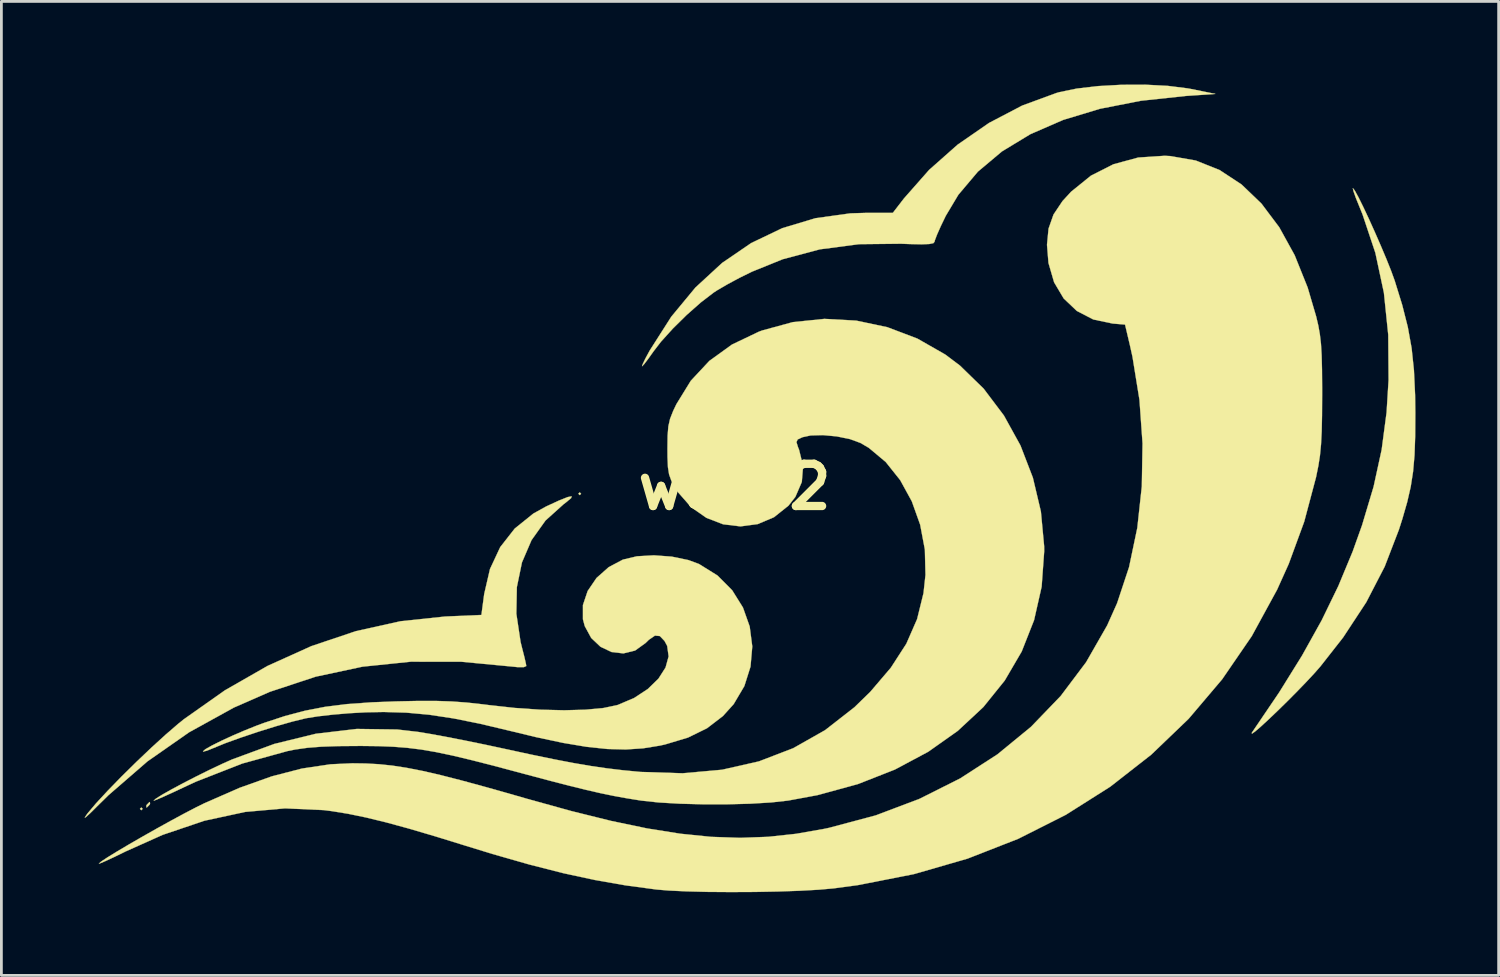
<source format=kicad_pcb>
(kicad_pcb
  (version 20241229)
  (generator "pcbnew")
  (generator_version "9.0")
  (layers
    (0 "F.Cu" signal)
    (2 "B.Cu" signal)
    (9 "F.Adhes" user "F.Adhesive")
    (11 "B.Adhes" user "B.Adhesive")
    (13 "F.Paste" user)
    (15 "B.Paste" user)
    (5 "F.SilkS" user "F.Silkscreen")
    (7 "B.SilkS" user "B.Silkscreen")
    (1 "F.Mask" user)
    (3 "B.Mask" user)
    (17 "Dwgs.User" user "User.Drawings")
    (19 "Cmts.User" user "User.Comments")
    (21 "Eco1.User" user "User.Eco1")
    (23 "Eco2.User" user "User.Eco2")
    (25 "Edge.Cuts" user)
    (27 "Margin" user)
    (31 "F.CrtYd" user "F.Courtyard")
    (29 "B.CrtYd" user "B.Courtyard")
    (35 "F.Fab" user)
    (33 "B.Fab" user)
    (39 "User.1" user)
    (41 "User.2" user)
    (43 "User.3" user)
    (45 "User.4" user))
  (footprint "wave2"
    (layer "F.Cu")
    (at 23.444 14.511)
    (property "Reference" "wave2" (at 0 0 0) (layer "F.SilkS") (effects (font (size 1.524 1.524) (thickness 0.3))))
    (attr through_hole)
    (fp_poly (pts (xy -21.348 11.613) (xy -21.397 11.662) (xy -21.447 11.613) (xy -21.397 11.563) (xy -21.348 11.613)) (stroke (width 0.01) (type solid)) (fill yes) (layer "F.SilkS"))
    (fp_poly (pts (xy -5.535 0.247) (xy -5.584 0.296) (xy -5.633 0.247) (xy -5.584 0.198) (xy -5.535 0.247)) (stroke (width 0.01) (type solid)) (fill yes) (layer "F.SilkS"))
    (fp_poly (pts (xy -21.082 11.43) (xy -21.101 11.465) (xy -21.194 11.559) (xy -21.211 11.563) (xy -21.218 11.5) (xy -21.2 11.465) (xy -21.106 11.37) (xy -21.089 11.366) (xy -21.082 11.43)) (stroke (width 0.01) (type solid)) (fill yes) (layer "F.SilkS"))
    (fp_poly (pts (xy -5.896 0.405) (xy -6.086 0.565) (xy -6.163 0.622) (xy -6.819 1.213) (xy -7.322 1.918) (xy -7.668 2.724) (xy -7.852 3.615) (xy -7.87 4.576) (xy -7.718 5.592) (xy -7.659 5.831) (xy -7.579 6.143) (xy -7.526 6.378) (xy -7.512 6.462) (xy -7.599 6.501) (xy -7.821 6.502) (xy -7.981 6.485) (xy -9.867 6.306) (xy -11.676 6.305) (xy -13.42 6.485) (xy -15.111 6.846) (xy -16.761 7.391) (xy -18.06 7.96) (xy -19.672 8.85) (xy -21.174 9.899) (xy -22.579 11.117) (xy -22.928 11.46) (xy -23.229 11.758) (xy -23.398 11.913) (xy -23.439 11.927) (xy -23.354 11.801) (xy -23.323 11.761) (xy -23.024 11.407) (xy -22.609 10.959) (xy -22.116 10.452) (xy -21.578 9.922) (xy -21.032 9.403) (xy -20.513 8.93) (xy -20.057 8.537) (xy -19.862 8.38) (xy -18.382 7.337) (xy -16.842 6.456) (xy -15.261 5.742) (xy -13.656 5.203) (xy -12.044 4.845) (xy -10.443 4.676) (xy -10.422 4.675) (xy -9.131 4.619) (xy -9.03 3.863) (xy -8.821 2.961) (xy -8.452 2.172) (xy -7.929 1.503) (xy -7.256 0.961) (xy -6.794 0.705) (xy -6.327 0.49) (xy -6.02 0.368) (xy -5.875 0.34) (xy -5.896 0.405)) (stroke (width 0.01) (type solid)) (fill yes) (layer "F.SilkS"))
    (fp_poly (pts (xy 22.371 -10.687) (xy 22.5 -10.452) (xy 22.674 -10.101) (xy 22.878 -9.668) (xy 23.095 -9.187) (xy 23.312 -8.69) (xy 23.513 -8.213) (xy 23.683 -7.787) (xy 23.806 -7.448) (xy 23.81 -7.437) (xy 24.082 -6.558) (xy 24.282 -5.768) (xy 24.42 -5.005) (xy 24.504 -4.207) (xy 24.546 -3.314) (xy 24.554 -2.668) (xy 24.549 -1.833) (xy 24.525 -1.145) (xy 24.473 -0.553) (xy 24.388 -0.006) (xy 24.261 0.547) (xy 24.086 1.155) (xy 23.963 1.54) (xy 23.449 2.874) (xy 22.783 4.162) (xy 21.949 5.431) (xy 21.131 6.474) (xy 20.895 6.742) (xy 20.6 7.058) (xy 20.267 7.402) (xy 19.918 7.753) (xy 19.573 8.091) (xy 19.253 8.395) (xy 18.981 8.646) (xy 18.776 8.822) (xy 18.661 8.903) (xy 18.656 8.869) (xy 18.68 8.833) (xy 19.643 7.412) (xy 20.469 6.083) (xy 21.175 4.815) (xy 21.777 3.576) (xy 22.293 2.334) (xy 22.633 1.382) (xy 23.049 -0.008) (xy 23.339 -1.338) (xy 23.517 -2.686) (xy 23.589 -3.854) (xy 23.577 -5.484) (xy 23.42 -7.004) (xy 23.112 -8.443) (xy 22.649 -9.831) (xy 22.537 -10.106) (xy 22.407 -10.427) (xy 22.323 -10.664) (xy 22.299 -10.771) (xy 22.302 -10.773) (xy 22.371 -10.687)) (stroke (width 0.01) (type solid)) (fill yes) (layer "F.SilkS"))
    (fp_poly (pts (xy 15.626 -14.464) (xy 16.334 -14.375) (xy 16.456 -14.353) (xy 17.345 -14.173) (xy 16.275 -14.1) (xy 14.657 -13.927) (xy 13.182 -13.638) (xy 11.852 -13.236) (xy 10.672 -12.723) (xy 9.645 -12.1) (xy 8.777 -11.371) (xy 8.072 -10.536) (xy 7.617 -9.775) (xy 7.439 -9.405) (xy 7.301 -9.094) (xy 7.224 -8.89) (xy 7.215 -8.845) (xy 7.172 -8.791) (xy 7.025 -8.76) (xy 6.748 -8.749) (xy 6.314 -8.758) (xy 6.004 -8.77) (xy 4.495 -8.754) (xy 3.077 -8.568) (xy 1.736 -8.211) (xy 0.625 -7.761) (xy 0.175 -7.539) (xy -0.264 -7.303) (xy -0.624 -7.093) (xy -0.746 -7.014) (xy -1.217 -6.653) (xy -1.728 -6.201) (xy -2.225 -5.711) (xy -2.656 -5.234) (xy -2.921 -4.89) (xy -3.116 -4.616) (xy -3.265 -4.422) (xy -3.337 -4.349) (xy -3.314 -4.427) (xy -3.215 -4.632) (xy -3.061 -4.917) (xy -2.283 -6.137) (xy -1.41 -7.192) (xy -0.447 -8.079) (xy 0.599 -8.794) (xy 1.722 -9.332) (xy 2.917 -9.691) (xy 4.176 -9.866) (xy 4.738 -9.883) (xy 5.708 -9.883) (xy 6.111 -10.405) (xy 7.015 -11.431) (xy 8.047 -12.345) (xy 9.178 -13.127) (xy 10.376 -13.754) (xy 11.61 -14.207) (xy 11.715 -14.237) (xy 12.347 -14.367) (xy 13.114 -14.456) (xy 13.956 -14.503) (xy 14.813 -14.506) (xy 15.626 -14.464)) (stroke (width 0.01) (type solid)) (fill yes) (layer "F.SilkS"))
    (fp_poly (pts (xy -2.266 2.515) (xy -1.663 2.64) (xy -1.285 2.78) (xy -0.617 3.195) (xy -0.086 3.728) (xy 0.303 4.351) (xy 0.546 5.036) (xy 0.639 5.755) (xy 0.576 6.48) (xy 0.354 7.183) (xy -0.032 7.836) (xy -0.419 8.265) (xy -0.993 8.705) (xy -1.678 9.041) (xy -2.506 9.29) (xy -2.702 9.333) (xy -3.302 9.43) (xy -3.921 9.471) (xy -4.588 9.454) (xy -5.332 9.376) (xy -6.181 9.234) (xy -7.163 9.025) (xy -8.067 8.807) (xy -9.173 8.544) (xy -10.14 8.35) (xy -11.013 8.218) (xy -11.835 8.143) (xy -12.652 8.119) (xy -13.293 8.131) (xy -13.883 8.163) (xy -14.484 8.214) (xy -15.028 8.276) (xy -15.447 8.343) (xy -15.467 8.347) (xy -15.942 8.463) (xy -16.531 8.63) (xy -17.174 8.83) (xy -17.809 9.043) (xy -18.374 9.247) (xy -18.803 9.423) (xy -19.031 9.515) (xy -19.162 9.547) (xy -19.174 9.54) (xy -19.088 9.463) (xy -18.856 9.331) (xy -18.516 9.161) (xy -18.106 8.972) (xy -17.664 8.782) (xy -17.227 8.607) (xy -16.969 8.512) (xy -16.211 8.263) (xy -15.492 8.073) (xy -14.765 7.932) (xy -13.981 7.834) (xy -13.089 7.77) (xy -12.227 7.737) (xy -11.428 7.72) (xy -10.771 7.72) (xy -10.197 7.739) (xy -9.653 7.779) (xy -9.08 7.842) (xy -8.867 7.869) (xy -7.925 7.973) (xy -7.006 8.036) (xy -6.145 8.057) (xy -5.374 8.036) (xy -4.727 7.975) (xy -4.237 7.872) (xy -4.208 7.863) (xy -3.621 7.613) (xy -3.128 7.289) (xy -2.744 6.915) (xy -2.489 6.516) (xy -2.378 6.114) (xy -2.43 5.735) (xy -2.526 5.557) (xy -2.695 5.38) (xy -2.871 5.364) (xy -3.09 5.514) (xy -3.211 5.632) (xy -3.588 5.903) (xy -4.009 6.006) (xy -4.437 5.956) (xy -4.836 5.766) (xy -5.17 5.45) (xy -5.403 5.022) (xy -5.469 4.774) (xy -5.469 4.262) (xy -5.298 3.754) (xy -4.979 3.285) (xy -4.537 2.893) (xy -4.026 2.623) (xy -3.52 2.503) (xy -2.909 2.468) (xy -2.266 2.515)) (stroke (width 0.01) (type solid)) (fill yes) (layer "F.SilkS"))
    (fp_poly (pts (xy 15.714 -11.932) (xy 16.633 -11.772) (xy 17.492 -11.429) (xy 18.284 -10.909) (xy 19.004 -10.218) (xy 19.646 -9.364) (xy 20.203 -8.354) (xy 20.67 -7.192) (xy 20.977 -6.148) (xy 21.055 -5.817) (xy 21.111 -5.5) (xy 21.151 -5.157) (xy 21.175 -4.75) (xy 21.188 -4.238) (xy 21.193 -3.582) (xy 21.193 -3.311) (xy 21.189 -2.578) (xy 21.177 -2) (xy 21.153 -1.534) (xy 21.115 -1.138) (xy 21.058 -0.769) (xy 20.98 -0.384) (xy 20.972 -0.346) (xy 20.546 1.256) (xy 19.988 2.777) (xy 19.569 3.706) (xy 18.653 5.385) (xy 17.586 6.94) (xy 16.376 8.366) (xy 15.028 9.659) (xy 13.55 10.814) (xy 11.949 11.827) (xy 10.231 12.693) (xy 8.403 13.408) (xy 6.471 13.966) (xy 4.444 14.364) (xy 3.573 14.481) (xy 3.033 14.529) (xy 2.348 14.567) (xy 1.562 14.594) (xy 0.717 14.61) (xy -0.142 14.614) (xy -0.973 14.608) (xy -1.732 14.589) (xy -2.376 14.559) (xy -2.817 14.522) (xy -3.928 14.373) (xy -5.037 14.179) (xy -6.181 13.932) (xy -7.4 13.621) (xy -8.733 13.24) (xy -9.686 12.947) (xy -10.799 12.603) (xy -11.754 12.322) (xy -12.577 12.098) (xy -13.296 11.923) (xy -13.936 11.791) (xy -14.525 11.695) (xy -14.816 11.658) (xy -16.212 11.595) (xy -17.649 11.723) (xy -19.122 12.041) (xy -20.626 12.55) (xy -21.966 13.15) (xy -22.354 13.34) (xy -22.667 13.486) (xy -22.87 13.573) (xy -22.929 13.589) (xy -22.847 13.515) (xy -22.62 13.364) (xy -22.277 13.153) (xy -21.847 12.898) (xy -21.36 12.617) (xy -20.844 12.325) (xy -20.329 12.04) (xy -19.844 11.778) (xy -19.418 11.556) (xy -19.124 11.411) (xy -17.855 10.855) (xy -16.69 10.44) (xy -15.605 10.159) (xy -14.572 10.005) (xy -13.787 9.969) (xy -13.3 9.976) (xy -12.829 10.002) (xy -12.348 10.052) (xy -11.834 10.131) (xy -11.262 10.243) (xy -10.608 10.393) (xy -9.848 10.588) (xy -8.958 10.83) (xy -7.913 11.126) (xy -7.462 11.256) (xy -5.879 11.694) (xy -4.451 12.048) (xy -3.152 12.319) (xy -1.96 12.509) (xy -0.85 12.622) (xy 0.2 12.658) (xy 1.214 12.621) (xy 2.216 12.513) (xy 3.23 12.335) (xy 3.41 12.297) (xy 5.093 11.848) (xy 6.672 11.251) (xy 8.138 10.515) (xy 9.481 9.647) (xy 10.692 8.654) (xy 11.762 7.543) (xy 12.68 6.323) (xy 13.438 4.999) (xy 13.798 4.194) (xy 14.229 2.894) (xy 14.526 1.479) (xy 14.689 -0.02) (xy 14.715 -1.57) (xy 14.604 -3.139) (xy 14.352 -4.695) (xy 14.256 -5.126) (xy 14.084 -5.854) (xy 13.639 -5.891) (xy 12.94 -6.038) (xy 12.346 -6.345) (xy 11.871 -6.796) (xy 11.525 -7.379) (xy 11.322 -8.077) (xy 11.269 -8.733) (xy 11.325 -9.315) (xy 11.504 -9.824) (xy 11.83 -10.311) (xy 12.138 -10.646) (xy 12.852 -11.224) (xy 13.666 -11.637) (xy 14.559 -11.879) (xy 15.51 -11.942) (xy 15.714 -11.932)) (stroke (width 0.01) (type solid)) (fill yes) (layer "F.SilkS"))
    (fp_poly (pts (xy 4.388 -5.997) (xy 5.513 -5.759) (xy 6.593 -5.349) (xy 7.601 -4.773) (xy 8.13 -4.375) (xy 8.985 -3.542) (xy 9.716 -2.573) (xy 10.312 -1.494) (xy 10.76 -0.331) (xy 11.049 0.889) (xy 11.166 2.138) (xy 11.168 2.323) (xy 11.076 3.599) (xy 10.803 4.806) (xy 10.357 5.937) (xy 9.745 6.984) (xy 8.974 7.94) (xy 8.052 8.799) (xy 6.986 9.553) (xy 5.783 10.195) (xy 4.45 10.719) (xy 2.995 11.117) (xy 1.926 11.315) (xy 1.316 11.382) (xy 0.565 11.427) (xy -0.27 11.449) (xy -1.135 11.449) (xy -1.975 11.427) (xy -2.734 11.383) (xy -3.357 11.316) (xy -3.41 11.308) (xy -3.894 11.23) (xy -4.356 11.146) (xy -4.831 11.048) (xy -5.354 10.928) (xy -5.958 10.779) (xy -6.679 10.593) (xy -7.551 10.361) (xy -7.67 10.329) (xy -8.65 10.068) (xy -9.473 9.857) (xy -10.168 9.691) (xy -10.768 9.565) (xy -11.305 9.473) (xy -11.808 9.411) (xy -12.311 9.372) (xy -12.844 9.351) (xy -13.44 9.344) (xy -13.54 9.344) (xy -14.299 9.35) (xy -14.905 9.371) (xy -15.403 9.41) (xy -15.837 9.471) (xy -16.11 9.525) (xy -17.758 9.979) (xy -19.419 10.629) (xy -19.841 10.824) (xy -20.262 11.022) (xy -20.61 11.18) (xy -20.851 11.284) (xy -20.952 11.318) (xy -20.953 11.317) (xy -20.869 11.242) (xy -20.64 11.099) (xy -20.3 10.907) (xy -19.881 10.683) (xy -19.418 10.445) (xy -18.944 10.21) (xy -18.492 9.995) (xy -18.124 9.831) (xy -16.598 9.27) (xy -15.1 8.903) (xy -13.625 8.73) (xy -12.17 8.75) (xy -11.415 8.837) (xy -10.964 8.912) (xy -10.374 9.021) (xy -9.698 9.153) (xy -8.991 9.298) (xy -8.351 9.435) (xy -7.364 9.649) (xy -6.532 9.821) (xy -5.819 9.958) (xy -5.188 10.066) (xy -4.602 10.151) (xy -4.026 10.22) (xy -3.423 10.278) (xy -3.387 10.281) (xy -1.873 10.329) (xy -0.452 10.202) (xy 0.877 9.901) (xy 2.116 9.425) (xy 3.265 8.774) (xy 4.325 7.947) (xy 4.896 7.391) (xy 5.637 6.522) (xy 6.196 5.657) (xy 6.584 4.769) (xy 6.815 3.832) (xy 6.886 3.177) (xy 6.864 2.261) (xy 6.695 1.365) (xy 6.393 0.52) (xy 5.974 -0.244) (xy 5.453 -0.897) (xy 4.844 -1.407) (xy 4.543 -1.584) (xy 4.161 -1.724) (xy 3.686 -1.821) (xy 3.19 -1.867) (xy 2.743 -1.855) (xy 2.45 -1.792) (xy 2.279 -1.713) (xy 2.232 -1.616) (xy 2.289 -1.431) (xy 2.326 -1.341) (xy 2.472 -0.754) (xy 2.426 -0.178) (xy 2.194 0.36) (xy 1.946 0.676) (xy 1.422 1.094) (xy 0.835 1.342) (xy 0.214 1.425) (xy -0.413 1.349) (xy -1.015 1.117) (xy -1.564 0.734) (xy -2.029 0.206) (xy -2.152 0.014) (xy -2.281 -0.225) (xy -2.361 -0.447) (xy -2.403 -0.711) (xy -2.419 -1.075) (xy -2.421 -1.386) (xy -2.415 -1.848) (xy -2.388 -2.182) (xy -2.326 -2.455) (xy -2.215 -2.738) (xy -2.098 -2.983) (xy -1.577 -3.829) (xy -0.909 -4.545) (xy -0.093 -5.134) (xy 0.876 -5.597) (xy 0.994 -5.641) (xy 2.102 -5.943) (xy 3.243 -6.06) (xy 4.388 -5.997)) (stroke (width 0.01) (type solid)) (fill yes) (layer "F.SilkS")))
  (gr_rect
    (start -3 -3)
    (end 51.003 32.131)
    (stroke (width 0.1) (type default))
    (fill no)
    (layer "Edge.Cuts")))
</source>
